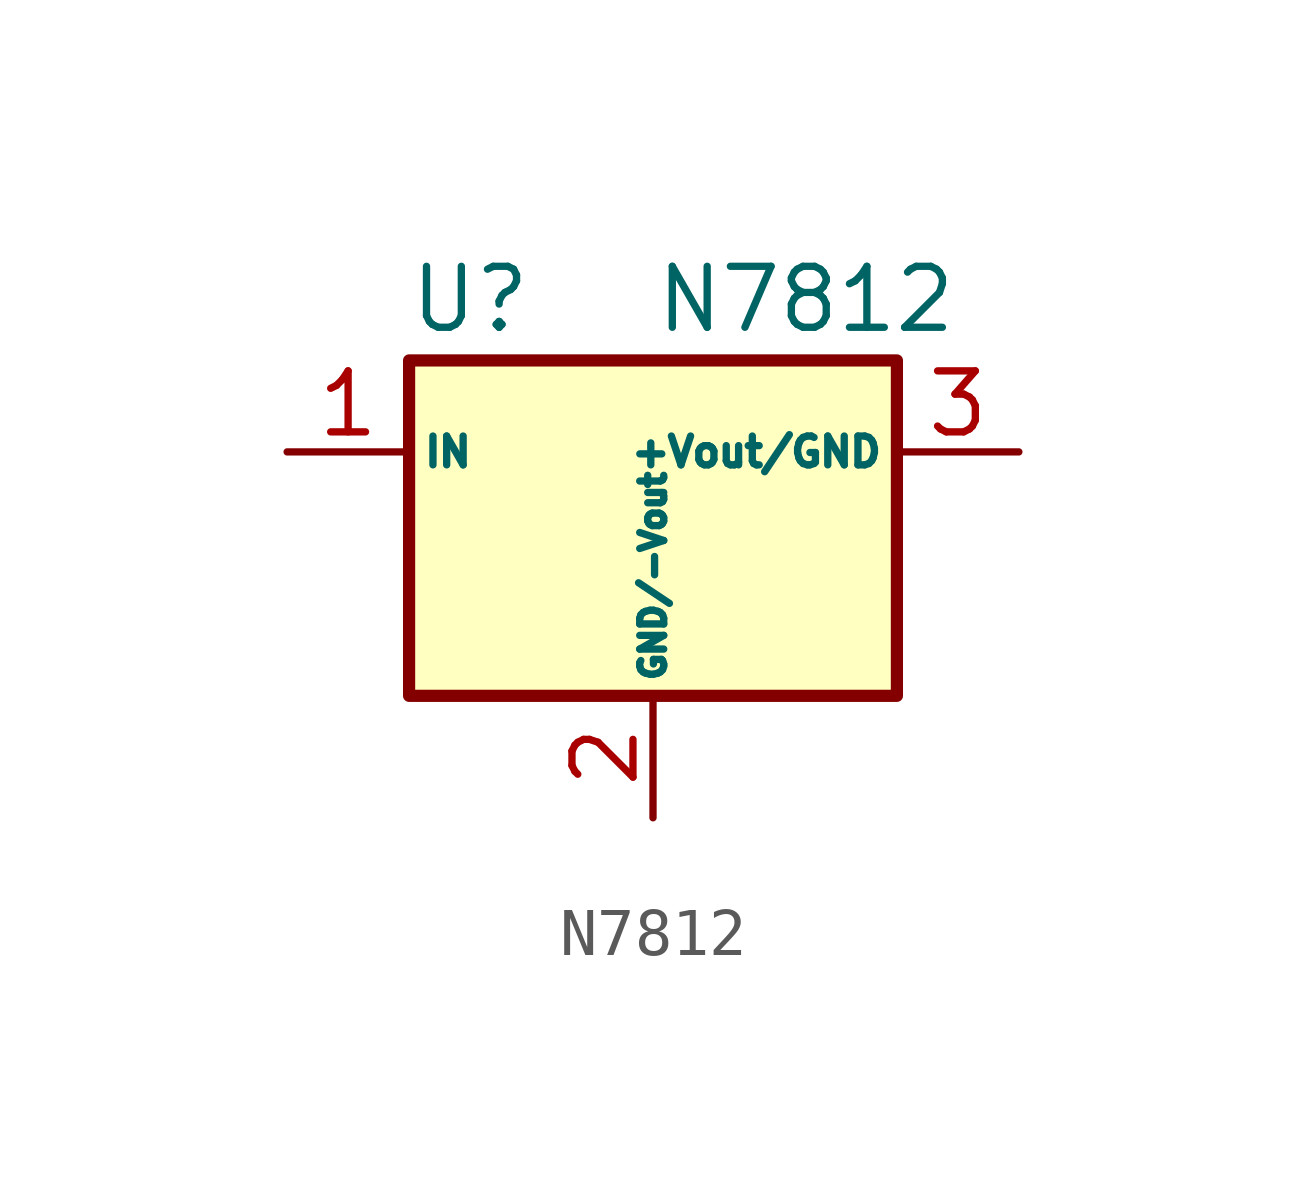
<source format=kicad_sym>
(kicad_symbol_lib
  (version 20211014)
  (generator kicad_symbol_editor)
  (symbol "N7812"
    (pin_names
      (offset 0.254))
    (property "Reference" "U"
      (at -3.81 3.175 0)
      (effects (font (size 1.27 1.27))))
    (property "Value" "N7812"
      (at 0 3.175 0)
      (effects (font (size 1.27 1.27)) (justify left)))
    (symbol "N7812_0_1"
      (rectangle (start -5.08 1.905) (end 5.08 -5.08) (stroke (width 0.254) (type default) (color 0 0 0 0)) (fill (type background))))
    (symbol "N7812_1_1"
      (pin power_in line (at -7.62 0 0) (length 2.54) (name "IN" (effects (font (size 0.6 0.6)))) (number "1" (effects (font (size 1.27 1.27)))))
      (pin power_out line (at 0 -7.62 90) (length 2.54) (name "GND/-Vout" (effects (font (size 0.5 0.5)))) (number "2" (effects (font (size 1.27 1.27)))))
      (pin power_out line (at 7.62 0 180) (length 2.54) (name "+Vout/GND" (effects (font (size 0.6 0.6)))) (number "3" (effects (font (size 1.27 1.27))))))))
</source>
